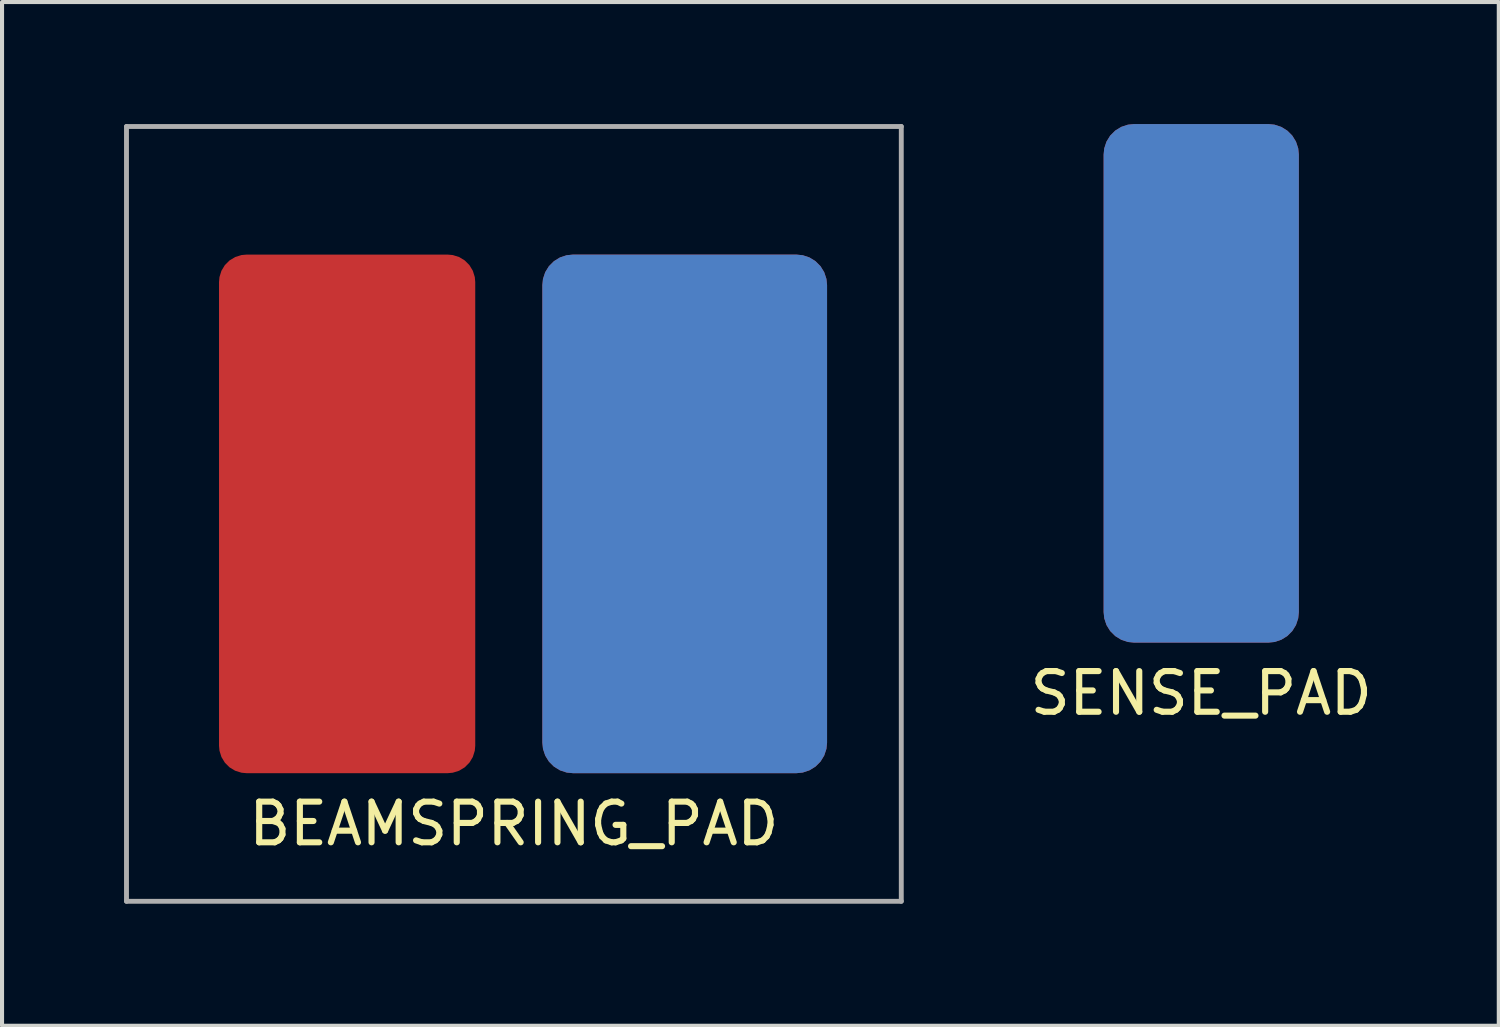
<source format=kicad_pcb>
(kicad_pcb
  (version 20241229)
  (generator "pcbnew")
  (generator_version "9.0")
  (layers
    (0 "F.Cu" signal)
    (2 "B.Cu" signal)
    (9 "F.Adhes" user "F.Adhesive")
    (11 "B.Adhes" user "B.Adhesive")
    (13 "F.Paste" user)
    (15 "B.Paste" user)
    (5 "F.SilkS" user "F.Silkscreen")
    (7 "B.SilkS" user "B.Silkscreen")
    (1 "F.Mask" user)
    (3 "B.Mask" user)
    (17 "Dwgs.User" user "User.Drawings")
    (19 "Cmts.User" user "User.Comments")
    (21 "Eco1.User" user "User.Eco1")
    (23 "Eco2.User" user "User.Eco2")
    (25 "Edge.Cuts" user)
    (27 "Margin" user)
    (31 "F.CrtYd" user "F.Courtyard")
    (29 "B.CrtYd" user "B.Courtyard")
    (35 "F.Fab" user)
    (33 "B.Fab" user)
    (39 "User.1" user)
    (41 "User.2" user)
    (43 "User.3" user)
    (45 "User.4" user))
  (footprint "SENSE_PAD"
    (layer "F.Cu")
    (at 26.485 6.375)
    (property "Reference" "SENSE_PAD" (at 0 7.62 0) (layer "F.SilkS") (effects (font (size 1 1) (thickness 0.15))))
    (attr through_hole)
    (pad "1" smd roundrect (at 0 0) (size 4.8 12.75) (layers "F.Cu") (roundrect_rratio 0.156))
    (pad "2" smd roundrect (at 0 0) (size 4.8 12.75) (layers "B.Cu") (roundrect_rratio 0.156)))
  (footprint "BEAMSPRING_PAD"
    (layer "F.Cu")
    (at 9.585 9.585)
    (property "Reference" "BEAMSPRING_PAD" (at 0 7.62 0) (layer "F.SilkS") (effects (font (size 1 1) (thickness 0.15))))
    (attr smd)
    (fp_line (start -9.525 -9.525) (end -9.525 9.525) (stroke (width 0.12) (type solid)) (layer "F.Fab"))
    (fp_line (start -9.525 9.525) (end 9.525 9.525) (stroke (width 0.12) (type solid)) (layer "F.Fab"))
    (fp_line (start 9.525 -9.525) (end -9.525 -9.525) (stroke (width 0.12) (type solid)) (layer "F.Fab"))
    (fp_line (start 9.525 9.525) (end 9.525 -9.525) (stroke (width 0.12) (type solid)) (layer "F.Fab"))
    (pad "1" smd roundrect (at -4.1 0) (size 6.3 12.75) (layers "F.Cu") (roundrect_rratio 0.107))
    (pad "2" smd roundrect (at 4.2 0) (size 7 12.75) (layers "B.Cu") (roundrect_rratio 0.107))
    (pad "3" smd roundrect (at 4.2 0) (size 7 12.75) (layers "F.Cu") (roundrect_rratio 0.107)))
  (gr_rect
    (start -3 -3)
    (end 33.801 22.17)
    (stroke (width 0.1) (type default))
    (fill no)
    (layer "Edge.Cuts")))
</source>
